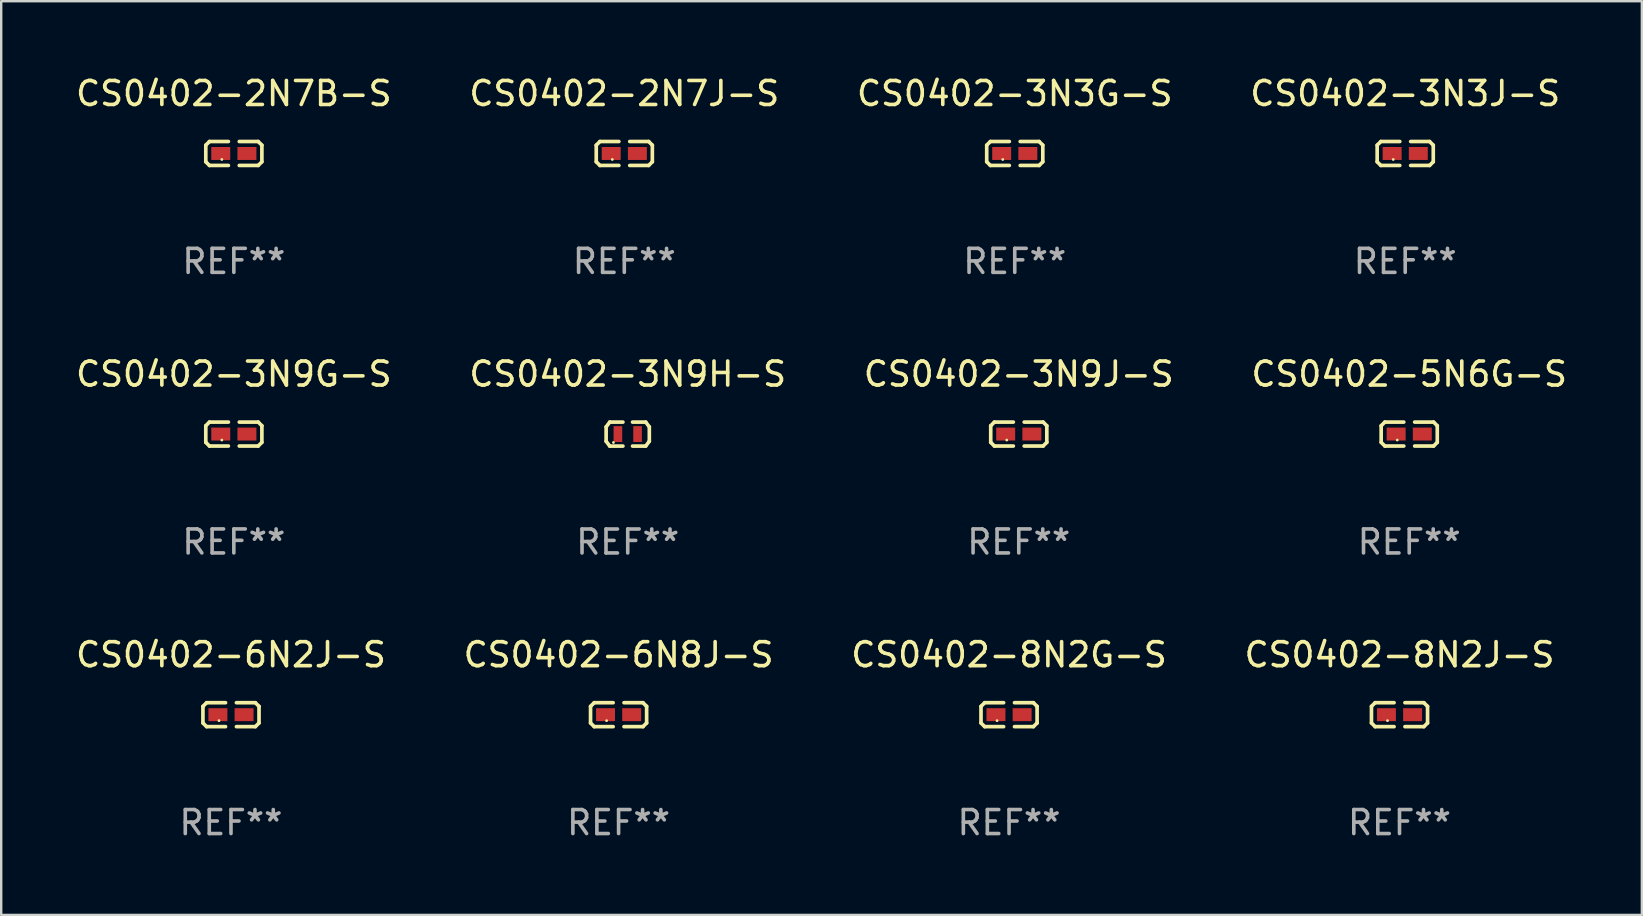
<source format=kicad_pcb>
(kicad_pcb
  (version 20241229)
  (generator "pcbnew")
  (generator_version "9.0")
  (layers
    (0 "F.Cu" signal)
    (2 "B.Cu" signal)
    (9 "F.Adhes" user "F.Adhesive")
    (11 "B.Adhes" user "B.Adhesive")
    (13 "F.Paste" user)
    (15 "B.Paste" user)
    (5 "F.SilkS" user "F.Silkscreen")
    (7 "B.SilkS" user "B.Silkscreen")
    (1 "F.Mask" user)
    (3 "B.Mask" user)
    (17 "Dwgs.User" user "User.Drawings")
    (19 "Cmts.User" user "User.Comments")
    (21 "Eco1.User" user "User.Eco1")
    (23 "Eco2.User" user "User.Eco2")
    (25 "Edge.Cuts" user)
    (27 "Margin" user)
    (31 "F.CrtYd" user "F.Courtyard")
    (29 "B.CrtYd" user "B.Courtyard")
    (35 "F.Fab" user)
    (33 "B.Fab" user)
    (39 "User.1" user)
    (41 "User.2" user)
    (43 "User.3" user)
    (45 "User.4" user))
  (footprint "CS0402-5N6G-S"
    (layer "F.Cu")
    (at 55.685 15.041)
    (property "Reference" "CS0402-5N6G-S" (at 0 -2.499 0) (layer "F.SilkS") (effects (font (size 1 1) (thickness 0.15))))
    (attr through_hole)
    (fp_line (start -1.169 -0.346) (end -1.016 -0.499) (stroke (width 0.152) (type solid)) (layer "F.SilkS"))
    (fp_line (start -1.169 0.346) (end -1.169 -0.346) (stroke (width 0.152) (type solid)) (layer "F.SilkS"))
    (fp_line (start -1.016 -0.499) (end -0.226 -0.499) (stroke (width 0.152) (type solid)) (layer "F.SilkS"))
    (fp_line (start -1.016 0.499) (end -1.169 0.346) (stroke (width 0.152) (type solid)) (layer "F.SilkS"))
    (fp_line (start -0.226 0.499) (end -1.016 0.499) (stroke (width 0.152) (type solid)) (layer "F.SilkS"))
    (fp_line (start 0.226 0.499) (end 1.016 0.499) (stroke (width 0.152) (type solid)) (layer "F.SilkS"))
    (fp_line (start 1.016 -0.499) (end 0.226 -0.499) (stroke (width 0.152) (type solid)) (layer "F.SilkS"))
    (fp_line (start 1.016 0.499) (end 1.169 0.346) (stroke (width 0.152) (type solid)) (layer "F.SilkS"))
    (fp_line (start 1.169 -0.346) (end 1.016 -0.499) (stroke (width 0.152) (type solid)) (layer "F.SilkS"))
    (fp_line (start 1.169 0.346) (end 1.169 -0.346) (stroke (width 0.152) (type solid)) (layer "F.SilkS"))
    (fp_circle (center -0.5 0.25) (end -0.47 0.25) (stroke (width 0.06) (type solid)) (fill no) (layer "F.SilkS"))
    (fp_text user "REF**" (at 0 4.499 0) (layer "F.Fab") (effects (font (size 1 1) (thickness 0.15))))
    (pad "1" smd rect (at -0.545 0) (size 0.79 0.54) (layers "F.Cu" "F.Mask" "F.Paste"))
    (pad "2" smd rect (at 0.545 0) (size 0.79 0.54) (layers "F.Cu" "F.Mask" "F.Paste")))
  (footprint "CS0402-8N2J-S"
    (layer "F.Cu")
    (at 55.28 26.737)
    (property "Reference" "CS0402-8N2J-S" (at 0 -2.499 0) (layer "F.SilkS") (effects (font (size 1 1) (thickness 0.15))))
    (attr through_hole)
    (fp_line (start -1.169 -0.346) (end -1.016 -0.499) (stroke (width 0.152) (type solid)) (layer "F.SilkS"))
    (fp_line (start -1.169 0.346) (end -1.169 -0.346) (stroke (width 0.152) (type solid)) (layer "F.SilkS"))
    (fp_line (start -1.016 -0.499) (end -0.226 -0.499) (stroke (width 0.152) (type solid)) (layer "F.SilkS"))
    (fp_line (start -1.016 0.499) (end -1.169 0.346) (stroke (width 0.152) (type solid)) (layer "F.SilkS"))
    (fp_line (start -0.226 0.499) (end -1.016 0.499) (stroke (width 0.152) (type solid)) (layer "F.SilkS"))
    (fp_line (start 0.226 0.499) (end 1.016 0.499) (stroke (width 0.152) (type solid)) (layer "F.SilkS"))
    (fp_line (start 1.016 -0.499) (end 0.226 -0.499) (stroke (width 0.152) (type solid)) (layer "F.SilkS"))
    (fp_line (start 1.016 0.499) (end 1.169 0.346) (stroke (width 0.152) (type solid)) (layer "F.SilkS"))
    (fp_line (start 1.169 -0.346) (end 1.016 -0.499) (stroke (width 0.152) (type solid)) (layer "F.SilkS"))
    (fp_line (start 1.169 0.346) (end 1.169 -0.346) (stroke (width 0.152) (type solid)) (layer "F.SilkS"))
    (fp_circle (center -0.5 0.25) (end -0.47 0.25) (stroke (width 0.06) (type solid)) (fill no) (layer "F.SilkS"))
    (fp_text user "REF**" (at 0 4.499 0) (layer "F.Fab") (effects (font (size 1 1) (thickness 0.15))))
    (pad "1" smd rect (at -0.545 0) (size 0.79 0.54) (layers "F.Cu" "F.Mask" "F.Paste"))
    (pad "2" smd rect (at 0.545 0) (size 0.79 0.54) (layers "F.Cu" "F.Mask" "F.Paste")))
  (footprint "CS0402-3N3J-S"
    (layer "F.Cu")
    (at 55.518 3.347)
    (property "Reference" "CS0402-3N3J-S" (at 0 -2.499 0) (layer "F.SilkS") (effects (font (size 1 1) (thickness 0.15))))
    (attr through_hole)
    (fp_line (start -1.169 -0.346) (end -1.016 -0.499) (stroke (width 0.152) (type solid)) (layer "F.SilkS"))
    (fp_line (start -1.169 0.346) (end -1.169 -0.346) (stroke (width 0.152) (type solid)) (layer "F.SilkS"))
    (fp_line (start -1.016 -0.499) (end -0.226 -0.499) (stroke (width 0.152) (type solid)) (layer "F.SilkS"))
    (fp_line (start -1.016 0.499) (end -1.169 0.346) (stroke (width 0.152) (type solid)) (layer "F.SilkS"))
    (fp_line (start -0.226 0.499) (end -1.016 0.499) (stroke (width 0.152) (type solid)) (layer "F.SilkS"))
    (fp_line (start 0.226 0.499) (end 1.016 0.499) (stroke (width 0.152) (type solid)) (layer "F.SilkS"))
    (fp_line (start 1.016 -0.499) (end 0.226 -0.499) (stroke (width 0.152) (type solid)) (layer "F.SilkS"))
    (fp_line (start 1.016 0.499) (end 1.169 0.346) (stroke (width 0.152) (type solid)) (layer "F.SilkS"))
    (fp_line (start 1.169 -0.346) (end 1.016 -0.499) (stroke (width 0.152) (type solid)) (layer "F.SilkS"))
    (fp_line (start 1.169 0.346) (end 1.169 -0.346) (stroke (width 0.152) (type solid)) (layer "F.SilkS"))
    (fp_circle (center -0.5 0.25) (end -0.47 0.25) (stroke (width 0.06) (type solid)) (fill no) (layer "F.SilkS"))
    (fp_text user "REF**" (at 0 4.499 0) (layer "F.Fab") (effects (font (size 1 1) (thickness 0.15))))
    (pad "1" smd rect (at -0.545 0) (size 0.79 0.54) (layers "F.Cu" "F.Mask" "F.Paste"))
    (pad "2" smd rect (at 0.545 0) (size 0.79 0.54) (layers "F.Cu" "F.Mask" "F.Paste")))
  (footprint "CS0402-3N9H-S"
    (layer "F.Cu")
    (at 23.113 15.042)
    (property "Reference" "CS0402-3N9H-S" (at 0 -2.5 0) (layer "F.SilkS") (effects (font (size 1 1) (thickness 0.15))))
    (attr through_hole)
    (fp_line (start -0.9 -0.3) (end -0.9 0.3) (stroke (width 0.152) (type solid)) (layer "F.SilkS"))
    (fp_line (start -0.9 0.3) (end -0.75 0.5) (stroke (width 0.152) (type solid)) (layer "F.SilkS"))
    (fp_line (start -0.75 -0.5) (end -0.9 -0.3) (stroke (width 0.152) (type solid)) (layer "F.SilkS"))
    (fp_line (start -0.75 -0.5) (end -0.2 -0.5) (stroke (width 0.152) (type solid)) (layer "F.SilkS"))
    (fp_line (start -0.75 0.5) (end -0.2 0.5) (stroke (width 0.152) (type solid)) (layer "F.SilkS"))
    (fp_line (start 0.75 -0.5) (end 0.2 -0.5) (stroke (width 0.152) (type solid)) (layer "F.SilkS"))
    (fp_line (start 0.75 -0.5) (end 0.9 -0.3) (stroke (width 0.152) (type solid)) (layer "F.SilkS"))
    (fp_line (start 0.75 0.5) (end 0.2 0.5) (stroke (width 0.152) (type solid)) (layer "F.SilkS"))
    (fp_line (start 0.9 -0.3) (end 0.9 0.3) (stroke (width 0.152) (type solid)) (layer "F.SilkS"))
    (fp_line (start 0.9 0.3) (end 0.75 0.5) (stroke (width 0.152) (type solid)) (layer "F.SilkS"))
    (fp_circle (center -0.595 0.35) (end -0.565 0.35) (stroke (width 0.06) (type solid)) (fill no) (layer "F.SilkS"))
    (fp_text user "REF**" (at 0 4.5 0) (layer "F.Fab") (effects (font (size 1 1) (thickness 0.15))))
    (pad "1" smd rect (at -0.41 0.000013 90) (size 0.66 0.36) (layers "F.Cu" "F.Mask" "F.Paste"))
    (pad "2" smd rect (at 0.41 0.000013 90) (size 0.66 0.36) (layers "F.Cu" "F.Mask" "F.Paste")))
  (footprint "CS0402-3N9G-S"
    (layer "F.Cu")
    (at 6.696 15.041)
    (property "Reference" "CS0402-3N9G-S" (at 0 -2.499 0) (layer "F.SilkS") (effects (font (size 1 1) (thickness 0.15))))
    (attr through_hole)
    (fp_line (start -1.169 -0.346) (end -1.016 -0.499) (stroke (width 0.152) (type solid)) (layer "F.SilkS"))
    (fp_line (start -1.169 0.346) (end -1.169 -0.346) (stroke (width 0.152) (type solid)) (layer "F.SilkS"))
    (fp_line (start -1.016 -0.499) (end -0.226 -0.499) (stroke (width 0.152) (type solid)) (layer "F.SilkS"))
    (fp_line (start -1.016 0.499) (end -1.169 0.346) (stroke (width 0.152) (type solid)) (layer "F.SilkS"))
    (fp_line (start -0.226 0.499) (end -1.016 0.499) (stroke (width 0.152) (type solid)) (layer "F.SilkS"))
    (fp_line (start 0.226 0.499) (end 1.016 0.499) (stroke (width 0.152) (type solid)) (layer "F.SilkS"))
    (fp_line (start 1.016 -0.499) (end 0.226 -0.499) (stroke (width 0.152) (type solid)) (layer "F.SilkS"))
    (fp_line (start 1.016 0.499) (end 1.169 0.346) (stroke (width 0.152) (type solid)) (layer "F.SilkS"))
    (fp_line (start 1.169 -0.346) (end 1.016 -0.499) (stroke (width 0.152) (type solid)) (layer "F.SilkS"))
    (fp_line (start 1.169 0.346) (end 1.169 -0.346) (stroke (width 0.152) (type solid)) (layer "F.SilkS"))
    (fp_circle (center -0.5 0.25) (end -0.47 0.25) (stroke (width 0.06) (type solid)) (fill no) (layer "F.SilkS"))
    (fp_text user "REF**" (at 0 4.499 0) (layer "F.Fab") (effects (font (size 1 1) (thickness 0.15))))
    (pad "1" smd rect (at -0.545 0) (size 0.79 0.54) (layers "F.Cu" "F.Mask" "F.Paste"))
    (pad "2" smd rect (at 0.545 0) (size 0.79 0.54) (layers "F.Cu" "F.Mask" "F.Paste")))
  (footprint "CS0402-6N8J-S"
    (layer "F.Cu")
    (at 22.732 26.737)
    (property "Reference" "CS0402-6N8J-S" (at 0 -2.499 0) (layer "F.SilkS") (effects (font (size 1 1) (thickness 0.15))))
    (attr through_hole)
    (fp_line (start -1.169 -0.346) (end -1.016 -0.499) (stroke (width 0.152) (type solid)) (layer "F.SilkS"))
    (fp_line (start -1.169 0.346) (end -1.169 -0.346) (stroke (width 0.152) (type solid)) (layer "F.SilkS"))
    (fp_line (start -1.016 -0.499) (end -0.226 -0.499) (stroke (width 0.152) (type solid)) (layer "F.SilkS"))
    (fp_line (start -1.016 0.499) (end -1.169 0.346) (stroke (width 0.152) (type solid)) (layer "F.SilkS"))
    (fp_line (start -0.226 0.499) (end -1.016 0.499) (stroke (width 0.152) (type solid)) (layer "F.SilkS"))
    (fp_line (start 0.226 0.499) (end 1.016 0.499) (stroke (width 0.152) (type solid)) (layer "F.SilkS"))
    (fp_line (start 1.016 -0.499) (end 0.226 -0.499) (stroke (width 0.152) (type solid)) (layer "F.SilkS"))
    (fp_line (start 1.016 0.499) (end 1.169 0.346) (stroke (width 0.152) (type solid)) (layer "F.SilkS"))
    (fp_line (start 1.169 -0.346) (end 1.016 -0.499) (stroke (width 0.152) (type solid)) (layer "F.SilkS"))
    (fp_line (start 1.169 0.346) (end 1.169 -0.346) (stroke (width 0.152) (type solid)) (layer "F.SilkS"))
    (fp_circle (center -0.5 0.25) (end -0.47 0.25) (stroke (width 0.06) (type solid)) (fill no) (layer "F.SilkS"))
    (fp_text user "REF**" (at 0 4.499 0) (layer "F.Fab") (effects (font (size 1 1) (thickness 0.15))))
    (pad "1" smd rect (at -0.545 0) (size 0.79 0.54) (layers "F.Cu" "F.Mask" "F.Paste"))
    (pad "2" smd rect (at 0.545 0) (size 0.79 0.54) (layers "F.Cu" "F.Mask" "F.Paste")))
  (footprint "CS0402-2N7B-S"
    (layer "F.Cu")
    (at 6.696 3.347)
    (property "Reference" "CS0402-2N7B-S" (at 0 -2.499 0) (layer "F.SilkS") (effects (font (size 1 1) (thickness 0.15))))
    (attr through_hole)
    (fp_line (start -1.169 -0.346) (end -1.016 -0.499) (stroke (width 0.152) (type solid)) (layer "F.SilkS"))
    (fp_line (start -1.169 0.346) (end -1.169 -0.346) (stroke (width 0.152) (type solid)) (layer "F.SilkS"))
    (fp_line (start -1.016 -0.499) (end -0.226 -0.499) (stroke (width 0.152) (type solid)) (layer "F.SilkS"))
    (fp_line (start -1.016 0.499) (end -1.169 0.346) (stroke (width 0.152) (type solid)) (layer "F.SilkS"))
    (fp_line (start -0.226 0.499) (end -1.016 0.499) (stroke (width 0.152) (type solid)) (layer "F.SilkS"))
    (fp_line (start 0.226 0.499) (end 1.016 0.499) (stroke (width 0.152) (type solid)) (layer "F.SilkS"))
    (fp_line (start 1.016 -0.499) (end 0.226 -0.499) (stroke (width 0.152) (type solid)) (layer "F.SilkS"))
    (fp_line (start 1.016 0.499) (end 1.169 0.346) (stroke (width 0.152) (type solid)) (layer "F.SilkS"))
    (fp_line (start 1.169 -0.346) (end 1.016 -0.499) (stroke (width 0.152) (type solid)) (layer "F.SilkS"))
    (fp_line (start 1.169 0.346) (end 1.169 -0.346) (stroke (width 0.152) (type solid)) (layer "F.SilkS"))
    (fp_circle (center -0.5 0.25) (end -0.47 0.25) (stroke (width 0.06) (type solid)) (fill no) (layer "F.SilkS"))
    (fp_text user "REF**" (at 0 4.499 0) (layer "F.Fab") (effects (font (size 1 1) (thickness 0.15))))
    (pad "1" smd rect (at -0.545 0) (size 0.79 0.54) (layers "F.Cu" "F.Mask" "F.Paste"))
    (pad "2" smd rect (at 0.545 0) (size 0.79 0.54) (layers "F.Cu" "F.Mask" "F.Paste")))
  (footprint "CS0402-2N7J-S"
    (layer "F.Cu")
    (at 22.97 3.347)
    (property "Reference" "CS0402-2N7J-S" (at 0 -2.499 0) (layer "F.SilkS") (effects (font (size 1 1) (thickness 0.15))))
    (attr through_hole)
    (fp_line (start -1.169 -0.346) (end -1.016 -0.499) (stroke (width 0.152) (type solid)) (layer "F.SilkS"))
    (fp_line (start -1.169 0.346) (end -1.169 -0.346) (stroke (width 0.152) (type solid)) (layer "F.SilkS"))
    (fp_line (start -1.016 -0.499) (end -0.226 -0.499) (stroke (width 0.152) (type solid)) (layer "F.SilkS"))
    (fp_line (start -1.016 0.499) (end -1.169 0.346) (stroke (width 0.152) (type solid)) (layer "F.SilkS"))
    (fp_line (start -0.226 0.499) (end -1.016 0.499) (stroke (width 0.152) (type solid)) (layer "F.SilkS"))
    (fp_line (start 0.226 0.499) (end 1.016 0.499) (stroke (width 0.152) (type solid)) (layer "F.SilkS"))
    (fp_line (start 1.016 -0.499) (end 0.226 -0.499) (stroke (width 0.152) (type solid)) (layer "F.SilkS"))
    (fp_line (start 1.016 0.499) (end 1.169 0.346) (stroke (width 0.152) (type solid)) (layer "F.SilkS"))
    (fp_line (start 1.169 -0.346) (end 1.016 -0.499) (stroke (width 0.152) (type solid)) (layer "F.SilkS"))
    (fp_line (start 1.169 0.346) (end 1.169 -0.346) (stroke (width 0.152) (type solid)) (layer "F.SilkS"))
    (fp_circle (center -0.5 0.25) (end -0.47 0.25) (stroke (width 0.06) (type solid)) (fill no) (layer "F.SilkS"))
    (fp_text user "REF**" (at 0 4.499 0) (layer "F.Fab") (effects (font (size 1 1) (thickness 0.15))))
    (pad "1" smd rect (at -0.545 0) (size 0.79 0.54) (layers "F.Cu" "F.Mask" "F.Paste"))
    (pad "2" smd rect (at 0.545 0) (size 0.79 0.54) (layers "F.Cu" "F.Mask" "F.Paste")))
  (footprint "CS0402-3N9J-S"
    (layer "F.Cu")
    (at 39.411 15.041)
    (property "Reference" "CS0402-3N9J-S" (at 0 -2.499 0) (layer "F.SilkS") (effects (font (size 1 1) (thickness 0.15))))
    (attr through_hole)
    (fp_line (start -1.169 -0.346) (end -1.016 -0.499) (stroke (width 0.152) (type solid)) (layer "F.SilkS"))
    (fp_line (start -1.169 0.346) (end -1.169 -0.346) (stroke (width 0.152) (type solid)) (layer "F.SilkS"))
    (fp_line (start -1.016 -0.499) (end -0.226 -0.499) (stroke (width 0.152) (type solid)) (layer "F.SilkS"))
    (fp_line (start -1.016 0.499) (end -1.169 0.346) (stroke (width 0.152) (type solid)) (layer "F.SilkS"))
    (fp_line (start -0.226 0.499) (end -1.016 0.499) (stroke (width 0.152) (type solid)) (layer "F.SilkS"))
    (fp_line (start 0.226 0.499) (end 1.016 0.499) (stroke (width 0.152) (type solid)) (layer "F.SilkS"))
    (fp_line (start 1.016 -0.499) (end 0.226 -0.499) (stroke (width 0.152) (type solid)) (layer "F.SilkS"))
    (fp_line (start 1.016 0.499) (end 1.169 0.346) (stroke (width 0.152) (type solid)) (layer "F.SilkS"))
    (fp_line (start 1.169 -0.346) (end 1.016 -0.499) (stroke (width 0.152) (type solid)) (layer "F.SilkS"))
    (fp_line (start 1.169 0.346) (end 1.169 -0.346) (stroke (width 0.152) (type solid)) (layer "F.SilkS"))
    (fp_circle (center -0.5 0.25) (end -0.47 0.25) (stroke (width 0.06) (type solid)) (fill no) (layer "F.SilkS"))
    (fp_text user "REF**" (at 0 4.499 0) (layer "F.Fab") (effects (font (size 1 1) (thickness 0.15))))
    (pad "1" smd rect (at -0.545 0) (size 0.79 0.54) (layers "F.Cu" "F.Mask" "F.Paste"))
    (pad "2" smd rect (at 0.545 0) (size 0.79 0.54) (layers "F.Cu" "F.Mask" "F.Paste")))
  (footprint "CS0402-6N2J-S"
    (layer "F.Cu")
    (at 6.577 26.737)
    (property "Reference" "CS0402-6N2J-S" (at 0 -2.499 0) (layer "F.SilkS") (effects (font (size 1 1) (thickness 0.15))))
    (attr through_hole)
    (fp_line (start -1.169 -0.346) (end -1.016 -0.499) (stroke (width 0.152) (type solid)) (layer "F.SilkS"))
    (fp_line (start -1.169 0.346) (end -1.169 -0.346) (stroke (width 0.152) (type solid)) (layer "F.SilkS"))
    (fp_line (start -1.016 -0.499) (end -0.226 -0.499) (stroke (width 0.152) (type solid)) (layer "F.SilkS"))
    (fp_line (start -1.016 0.499) (end -1.169 0.346) (stroke (width 0.152) (type solid)) (layer "F.SilkS"))
    (fp_line (start -0.226 0.499) (end -1.016 0.499) (stroke (width 0.152) (type solid)) (layer "F.SilkS"))
    (fp_line (start 0.226 0.499) (end 1.016 0.499) (stroke (width 0.152) (type solid)) (layer "F.SilkS"))
    (fp_line (start 1.016 -0.499) (end 0.226 -0.499) (stroke (width 0.152) (type solid)) (layer "F.SilkS"))
    (fp_line (start 1.016 0.499) (end 1.169 0.346) (stroke (width 0.152) (type solid)) (layer "F.SilkS"))
    (fp_line (start 1.169 -0.346) (end 1.016 -0.499) (stroke (width 0.152) (type solid)) (layer "F.SilkS"))
    (fp_line (start 1.169 0.346) (end 1.169 -0.346) (stroke (width 0.152) (type solid)) (layer "F.SilkS"))
    (fp_circle (center -0.5 0.25) (end -0.47 0.25) (stroke (width 0.06) (type solid)) (fill no) (layer "F.SilkS"))
    (fp_text user "REF**" (at 0 4.499 0) (layer "F.Fab") (effects (font (size 1 1) (thickness 0.15))))
    (pad "1" smd rect (at -0.545 0) (size 0.79 0.54) (layers "F.Cu" "F.Mask" "F.Paste"))
    (pad "2" smd rect (at 0.545 0) (size 0.79 0.54) (layers "F.Cu" "F.Mask" "F.Paste")))
  (footprint "CS0402-3N3G-S"
    (layer "F.Cu")
    (at 39.244 3.347)
    (property "Reference" "CS0402-3N3G-S" (at 0 -2.499 0) (layer "F.SilkS") (effects (font (size 1 1) (thickness 0.15))))
    (attr through_hole)
    (fp_line (start -1.169 -0.346) (end -1.016 -0.499) (stroke (width 0.152) (type solid)) (layer "F.SilkS"))
    (fp_line (start -1.169 0.346) (end -1.169 -0.346) (stroke (width 0.152) (type solid)) (layer "F.SilkS"))
    (fp_line (start -1.016 -0.499) (end -0.226 -0.499) (stroke (width 0.152) (type solid)) (layer "F.SilkS"))
    (fp_line (start -1.016 0.499) (end -1.169 0.346) (stroke (width 0.152) (type solid)) (layer "F.SilkS"))
    (fp_line (start -0.226 0.499) (end -1.016 0.499) (stroke (width 0.152) (type solid)) (layer "F.SilkS"))
    (fp_line (start 0.226 0.499) (end 1.016 0.499) (stroke (width 0.152) (type solid)) (layer "F.SilkS"))
    (fp_line (start 1.016 -0.499) (end 0.226 -0.499) (stroke (width 0.152) (type solid)) (layer "F.SilkS"))
    (fp_line (start 1.016 0.499) (end 1.169 0.346) (stroke (width 0.152) (type solid)) (layer "F.SilkS"))
    (fp_line (start 1.169 -0.346) (end 1.016 -0.499) (stroke (width 0.152) (type solid)) (layer "F.SilkS"))
    (fp_line (start 1.169 0.346) (end 1.169 -0.346) (stroke (width 0.152) (type solid)) (layer "F.SilkS"))
    (fp_circle (center -0.5 0.25) (end -0.47 0.25) (stroke (width 0.06) (type solid)) (fill no) (layer "F.SilkS"))
    (fp_text user "REF**" (at 0 4.499 0) (layer "F.Fab") (effects (font (size 1 1) (thickness 0.15))))
    (pad "1" smd rect (at -0.545 0) (size 0.79 0.54) (layers "F.Cu" "F.Mask" "F.Paste"))
    (pad "2" smd rect (at 0.545 0) (size 0.79 0.54) (layers "F.Cu" "F.Mask" "F.Paste")))
  (footprint "CS0402-8N2G-S"
    (layer "F.Cu")
    (at 39.006 26.737)
    (property "Reference" "CS0402-8N2G-S" (at 0 -2.499 0) (layer "F.SilkS") (effects (font (size 1 1) (thickness 0.15))))
    (attr through_hole)
    (fp_line (start -1.169 -0.346) (end -1.016 -0.499) (stroke (width 0.152) (type solid)) (layer "F.SilkS"))
    (fp_line (start -1.169 0.346) (end -1.169 -0.346) (stroke (width 0.152) (type solid)) (layer "F.SilkS"))
    (fp_line (start -1.016 -0.499) (end -0.226 -0.499) (stroke (width 0.152) (type solid)) (layer "F.SilkS"))
    (fp_line (start -1.016 0.499) (end -1.169 0.346) (stroke (width 0.152) (type solid)) (layer "F.SilkS"))
    (fp_line (start -0.226 0.499) (end -1.016 0.499) (stroke (width 0.152) (type solid)) (layer "F.SilkS"))
    (fp_line (start 0.226 0.499) (end 1.016 0.499) (stroke (width 0.152) (type solid)) (layer "F.SilkS"))
    (fp_line (start 1.016 -0.499) (end 0.226 -0.499) (stroke (width 0.152) (type solid)) (layer "F.SilkS"))
    (fp_line (start 1.016 0.499) (end 1.169 0.346) (stroke (width 0.152) (type solid)) (layer "F.SilkS"))
    (fp_line (start 1.169 -0.346) (end 1.016 -0.499) (stroke (width 0.152) (type solid)) (layer "F.SilkS"))
    (fp_line (start 1.169 0.346) (end 1.169 -0.346) (stroke (width 0.152) (type solid)) (layer "F.SilkS"))
    (fp_circle (center -0.5 0.25) (end -0.47 0.25) (stroke (width 0.06) (type solid)) (fill no) (layer "F.SilkS"))
    (fp_text user "REF**" (at 0 4.499 0) (layer "F.Fab") (effects (font (size 1 1) (thickness 0.15))))
    (pad "1" smd rect (at -0.545 0) (size 0.79 0.54) (layers "F.Cu" "F.Mask" "F.Paste"))
    (pad "2" smd rect (at 0.545 0) (size 0.79 0.54) (layers "F.Cu" "F.Mask" "F.Paste")))
  (gr_rect
    (start -3 -3)
    (end 65.381 35.084)
    (stroke (width 0.1) (type default))
    (fill no)
    (layer "Edge.Cuts")))
</source>
